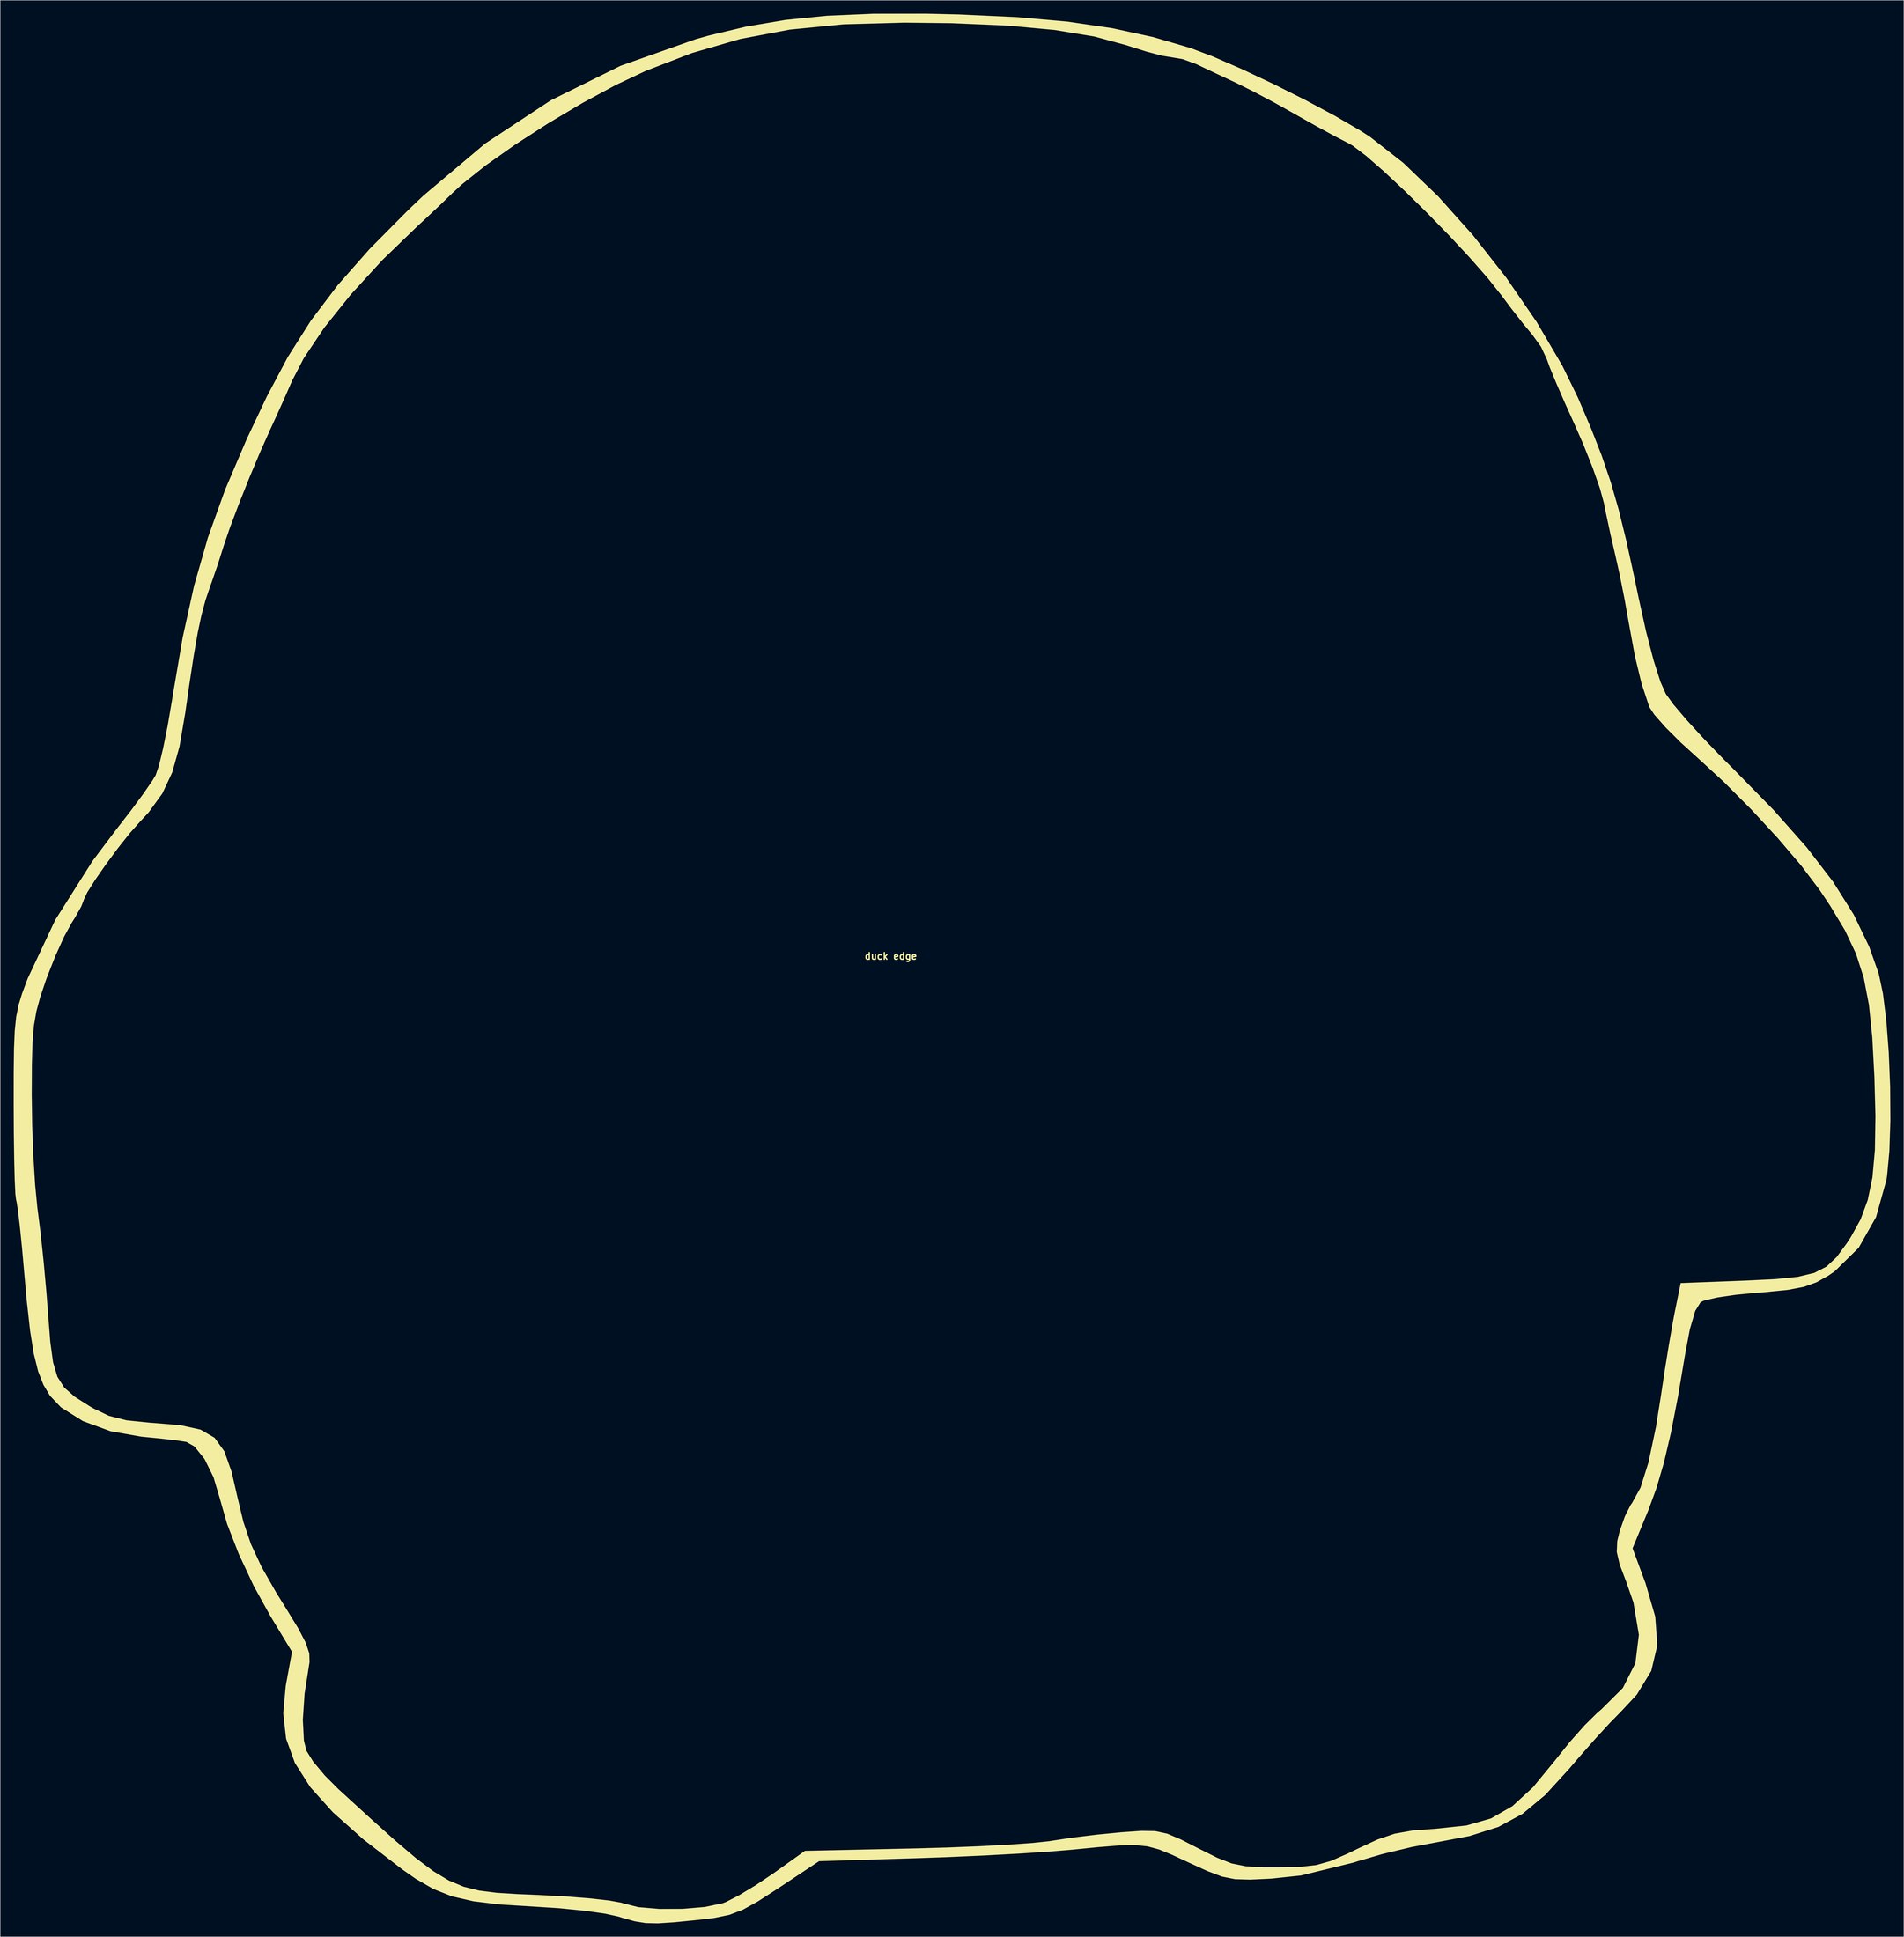
<source format=kicad_pcb>
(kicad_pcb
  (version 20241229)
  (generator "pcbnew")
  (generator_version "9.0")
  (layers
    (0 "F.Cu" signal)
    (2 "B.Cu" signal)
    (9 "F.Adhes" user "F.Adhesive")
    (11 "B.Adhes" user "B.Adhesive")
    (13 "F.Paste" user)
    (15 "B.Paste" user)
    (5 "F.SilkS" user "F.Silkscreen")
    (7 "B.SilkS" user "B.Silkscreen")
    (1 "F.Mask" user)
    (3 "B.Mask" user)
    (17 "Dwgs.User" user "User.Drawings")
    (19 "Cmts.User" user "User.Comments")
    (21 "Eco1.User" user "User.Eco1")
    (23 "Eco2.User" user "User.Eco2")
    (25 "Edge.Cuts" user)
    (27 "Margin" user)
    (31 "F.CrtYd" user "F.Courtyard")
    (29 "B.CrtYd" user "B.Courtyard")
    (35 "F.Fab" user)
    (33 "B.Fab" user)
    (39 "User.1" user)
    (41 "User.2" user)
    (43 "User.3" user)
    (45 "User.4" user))
  (footprint "duck edge"
    (layer "F.Cu")
    (at 195.635 210.169)
    (property "Reference" "duck edge" (at 0 0 0) (layer "F.SilkS") (effects (font (size 1.5 1.5) (thickness 0.3))))
    (attr board_only exclude_from_pos_files exclude_from_bom)
    (fp_poly (pts (xy 15.171 -209.999) (xy 28.153 -209.398) (xy 39.401 -208.4) (xy 49.366 -206.939) (xy 58.498 -204.952) (xy 66.782 -202.525) (xy 71.834 -200.617) (xy 78.179 -197.857) (xy 85.218 -194.54) (xy 92.358 -190.961) (xy 99.001 -187.413) (xy 104.553 -184.192) (xy 106.831 -182.73) (xy 114.239 -176.946) (xy 122.004 -169.497) (xy 129.781 -160.813) (xy 137.229 -151.324) (xy 144.005 -141.459) (xy 149.765 -131.65) (xy 153.246 -124.513) (xy 156.15 -117.709) (xy 158.514 -111.673) (xy 160.5 -105.864) (xy 162.272 -99.742) (xy 163.994 -92.765) (xy 165.831 -84.394) (xy 166.745 -80) (xy 168.441 -72.343) (xy 170.11 -65.944) (xy 171.658 -61.127) (xy 172.832 -58.484) (xy 174.534 -56.134) (xy 177.484 -52.663) (xy 181.327 -48.465) (xy 185.705 -43.938) (xy 187.735 -41.919) (xy 196.834 -32.638) (xy 204.245 -24.276) (xy 210.152 -16.575) (xy 214.737 -9.278) (xy 218.184 -2.128) (xy 220.308 3.865) (xy 221.256 8.314) (xy 222.012 14.39) (xy 222.556 21.517) (xy 222.865 29.12) (xy 222.918 36.624) (xy 222.693 43.454) (xy 222.169 49.033) (xy 222.031 49.92) (xy 219.717 58.186) (xy 215.847 65.013) (xy 210.497 70.274) (xy 209.076 71.243) (xy 206.422 72.728) (xy 203.643 73.731) (xy 200.107 74.404) (xy 195.18 74.899) (xy 193.37 75.034) (xy 188.502 75.495) (xy 184.343 76.101) (xy 181.47 76.758) (xy 180.609 77.133) (xy 179.385 79.115) (xy 178.194 83.181) (xy 177.206 88.371) (xy 175.536 98.235) (xy 173.97 106.287) (xy 172.416 112.915) (xy 170.782 118.505) (xy 168.975 123.445) (xy 168.75 123.995) (xy 165.42 132.033) (xy 168.297 139.795) (xy 170.481 147.298) (xy 170.932 153.706) (xy 169.582 159.375) (xy 166.365 164.658) (xy 162.864 168.413) (xy 160.375 170.947) (xy 157.017 174.605) (xy 153.32 178.803) (xy 151.193 181.297) (xy 145.91 187.068) (xy 140.885 191.24) (xy 135.487 194.165) (xy 129.085 196.194) (xy 122.03 197.532) (xy 116.095 198.655) (xy 109.619 200.21) (xy 103.886 201.883) (xy 103.257 202.095) (xy 91.514 204.985) (xy 84.847 205.695) (xy 80.134 205.919) (xy 76.741 205.82) (xy 73.827 205.233) (xy 70.553 203.995) (xy 66.426 202.106) (xy 62.742 200.393) (xy 59.86 199.209) (xy 57.274 198.501) (xy 54.478 198.212) (xy 50.964 198.287) (xy 46.227 198.67) (xy 40.309 199.252) (xy 35.192 199.679) (xy 28.489 200.118) (xy 20.824 200.534) (xy 12.82 200.893) (xy 6.074 201.132) (xy -16.013 201.803) (xy -25.201 207.902) (xy -29.662 210.78) (xy -33.04 212.646) (xy -36.043 213.782) (xy -39.381 214.467) (xy -42.871 214.89) (xy -48.19 215.42) (xy -51.929 215.668) (xy -54.701 215.607) (xy -57.118 215.215) (xy -59.794 214.466) (xy -60.739 214.167) (xy -63.817 213.491) (xy -68.458 212.841) (xy -74.019 212.293) (xy -79.513 211.94) (xy -87.155 211.465) (xy -93.11 210.749) (xy -97.896 209.645) (xy -102.034 208.007) (xy -106.042 205.688) (xy -108.973 203.636) (xy -117.649 196.941) (xy -124.439 190.902) (xy -129.481 185.296) (xy -132.915 179.9) (xy -134.88 174.49) (xy -135.517 168.844) (xy -134.964 162.738) (xy -134.864 162.177) (xy -133.562 155.112) (xy -138.391 147.13) (xy -142.099 140.423) (xy -145.42 133.337) (xy -148.045 126.59) (xy -149.66 120.926) (xy -151.073 116.177) (xy -153.064 112.131) (xy -155.319 109.319) (xy -157.107 108.312) (xy -159.458 107.959) (xy -163.177 107.531) (xy -167.155 107.147) (xy -174.037 105.928) (xy -180.19 103.667) (xy -185.083 100.603) (xy -187.528 98.031) (xy -189.001 95.57) (xy -190.184 92.567) (xy -191.149 88.67) (xy -191.972 83.526) (xy -192.727 76.783) (xy -193.274 70.684) (xy -193.777 65.047) (xy -194.266 60.207) (xy -194.695 56.586) (xy -195.016 54.607) (xy -195.089 54.387) (xy -195.256 53.063) (xy -195.404 49.895) (xy -195.522 45.248) (xy -195.603 39.487) (xy -195.635 33.313) (xy -195.634 30.922) (xy -191.604 30.922) (xy -191.507 37.731) (xy -191.241 44.679) (xy -190.845 51.033) (xy -190.357 56.063) (xy -190.247 56.874) (xy -189.603 61.967) (xy -188.929 68.345) (xy -188.318 75.088) (xy -187.962 79.758) (xy -187.468 86.034) (xy -186.847 90.56) (xy -185.88 93.795) (xy -184.349 96.197) (xy -182.038 98.223) (xy -178.728 100.332) (xy -177.961 100.783) (xy -174.41 102.488) (xy -170.426 103.502) (xy -165.16 104.035) (xy -164.707 104.061) (xy -158.441 104.577) (xy -153.946 105.572) (xy -150.817 107.397) (xy -148.649 110.405) (xy -147.037 114.947) (xy -145.746 120.546) (xy -144.397 126.166) (xy -142.699 131.15) (xy -140.357 136.173) (xy -137.079 141.911) (xy -135.02 145.222) (xy -132.208 149.819) (xy -130.501 153.081) (xy -129.712 155.461) (xy -129.651 157.412) (xy -129.735 157.922) (xy -130.752 164.437) (xy -131.147 170.279) (xy -130.904 174.92) (xy -130.335 177.195) (xy -128.83 179.603) (xy -126.209 182.728) (xy -123.189 185.751) (xy -116.191 192.143) (xy -110.534 197.216) (xy -105.916 201.129) (xy -102.036 204.041) (xy -98.594 206.112) (xy -95.287 207.498) (xy -91.816 208.361) (xy -87.877 208.857) (xy -83.171 209.147) (xy -78.437 209.345) (xy -72.481 209.664) (xy -67.122 210.089) (xy -62.842 210.571) (xy -60.122 211.063) (xy -59.635 211.225) (xy -56.33 212.051) (xy -51.665 212.45) (xy -46.442 212.433) (xy -41.465 212.01) (xy -37.539 211.192) (xy -36.823 210.929) (xy -33.916 209.442) (xy -30.068 207.117) (xy -26.1 204.451) (xy -26.004 204.382) (xy -19.152 199.493) (xy 5.057 198.963) (xy 12.62 198.749) (xy 19.862 198.457) (xy 26.342 198.11) (xy 31.618 197.734) (xy 35.247 197.352) (xy 35.891 197.251) (xy 40.422 196.56) (xy 45.968 195.88) (xy 51.339 195.357) (xy 51.411 195.351) (xy 55.836 195.041) (xy 58.971 195.09) (xy 61.641 195.669) (xy 64.672 196.95) (xy 68.528 198.917) (xy 72.759 201.035) (xy 76.007 202.308) (xy 79.157 202.946) (xy 83.089 203.161) (xy 86.275 203.176) (xy 91.219 203.078) (xy 94.864 202.673) (xy 98.118 201.752) (xy 101.888 200.106) (xy 103.944 199.098) (xy 108.522 196.97) (xy 112.353 195.671) (xy 116.422 194.95) (xy 121.702 194.554) (xy 128.387 193.84) (xy 133.855 192.264) (xy 138.615 189.53) (xy 143.181 185.345) (xy 148.065 179.412) (xy 148.123 179.335) (xy 151.405 175.235) (xy 154.766 171.456) (xy 157.634 168.629) (xy 158.432 167.968) (xy 163.247 163.178) (xy 166.039 157.656) (xy 166.823 151.327) (xy 165.612 144.118) (xy 164.003 139.506) (xy 162.525 135.597) (xy 161.893 132.851) (xy 161.999 130.438) (xy 162.537 128.208) (xy 163.696 124.925) (xy 164.982 122.369) (xy 165.295 121.939) (xy 167.186 118.517) (xy 168.96 112.892) (xy 170.613 105.068) (xy 171.699 98.287) (xy 172.572 92.499) (xy 173.504 86.731) (xy 174.36 81.807) (xy 174.798 79.513) (xy 176.143 72.887) (xy 190.554 72.335) (xy 197.308 72.006) (xy 202.287 71.497) (xy 205.926 70.628) (xy 208.66 69.222) (xy 210.922 67.099) (xy 213.146 64.081) (xy 214.079 62.652) (xy 216.271 58.69) (xy 217.862 54.383) (xy 218.908 49.356) (xy 219.463 43.237) (xy 219.583 35.653) (xy 219.352 26.977) (xy 218.873 18.047) (xy 218.127 10.817) (xy 216.963 4.779) (xy 215.235 -0.573) (xy 212.792 -5.746) (xy 209.487 -11.246) (xy 207.065 -14.859) (xy 203.044 -20.177) (xy 197.807 -26.325) (xy 191.863 -32.754) (xy 185.72 -38.913) (xy 180.219 -43.962) (xy 176.191 -47.622) (xy 172.74 -51.062) (xy 170.254 -53.877) (xy 169.154 -55.558) (xy 167.433 -60.758) (xy 165.951 -66.839) (xy 164.546 -74.46) (xy 164.532 -74.543) (xy 163.605 -79.738) (xy 162.53 -85.119) (xy 161.626 -89.152) (xy 160.527 -93.893) (xy 159.462 -98.85) (xy 159.025 -101.055) (xy 158.12 -104.357) (xy 156.491 -108.975) (xy 154.386 -114.242) (xy 152.528 -118.473) (xy 150.298 -123.415) (xy 148.365 -127.862) (xy 146.951 -131.292) (xy 146.307 -133.074) (xy 144.993 -135.892) (xy 143.047 -138.596) (xy 141.08 -140.953) (xy 138.45 -144.319) (xy 136.118 -147.43) (xy 133.102 -151.22) (xy 129.112 -155.767) (xy 124.474 -160.745) (xy 119.517 -165.829) (xy 114.567 -170.693) (xy 109.951 -175.012) (xy 105.998 -178.459) (xy 103.033 -180.71) (xy 102.152 -181.225) (xy 98.988 -182.86) (xy 94.782 -185.146) (xy 90.395 -187.614) (xy 90.004 -187.839) (xy 85.423 -190.396) (xy 80.719 -192.889) (xy 76.882 -194.795) (xy 76.752 -194.856) (xy 72.966 -196.624) (xy 69.488 -198.267) (xy 68.104 -198.929) (xy 65.095 -200.029) (xy 62.665 -200.439) (xy 60.513 -200.789) (xy 57.013 -201.711) (xy 52.892 -203.013) (xy 52.54 -203.133) (xy 45.424 -205.068) (xy 36.626 -206.524) (xy 26.015 -207.515) (xy 13.463 -208.054) (xy 2.986 -208.17) (xy -10.525 -207.801) (xy -22.528 -206.621) (xy -33.609 -204.52) (xy -44.354 -201.391) (xy -54.665 -197.415) (xy -61.343 -194.267) (xy -68.744 -190.274) (xy -76.372 -185.749) (xy -83.732 -181.006) (xy -90.326 -176.358) (xy -95.661 -172.118) (xy -97.823 -170.129) (xy -100.775 -167.275) (xy -104.229 -164.034) (xy -105.553 -162.819) (xy -113.377 -155.26) (xy -120.398 -147.602) (xy -126.342 -140.183) (xy -130.934 -133.344) (xy -133.513 -128.369) (xy -135.293 -124.314) (xy -137.391 -119.671) (xy -138.429 -117.422) (xy -140.662 -112.424) (xy -143.084 -106.66) (xy -145.424 -100.803) (xy -147.418 -95.525) (xy -148.795 -91.498) (xy -148.913 -91.109) (xy -150.037 -87.575) (xy -151.45 -83.465) (xy -151.881 -82.274) (xy -152.868 -79.336) (xy -153.744 -76.087) (xy -154.585 -72.133) (xy -155.467 -67.078) (xy -156.469 -60.53) (xy -157.377 -54.172) (xy -158.654 -46.747) (xy -160.277 -40.967) (xy -162.483 -36.272) (xy -165.507 -32.102) (xy -167.616 -29.817) (xy -169.779 -27.376) (xy -172.378 -24.096) (xy -175.056 -20.479) (xy -177.458 -17.022) (xy -179.224 -14.225) (xy -179.999 -12.586) (xy -180.009 -12.493) (xy -180.568 -11.063) (xy -181.976 -8.576) (xy -182.702 -7.431) (xy -184.367 -4.386) (xy -186.322 -0.076) (xy -188.191 4.659) (xy -188.5 5.522) (xy -189.72 9.155) (xy -190.572 12.293) (xy -191.121 15.472) (xy -191.432 19.228) (xy -191.571 24.097) (xy -191.604 30.618) (xy -191.604 30.922) (xy -195.634 30.922) (xy -195.631 26.111) (xy -195.568 20.692) (xy -195.397 16.632) (xy -195.072 13.504) (xy -194.545 10.884) (xy -193.769 8.347) (xy -192.697 5.468) (xy -192.47 4.884) (xy -186.346 -8.114) (xy -178.034 -21.252) (xy -172.801 -28.198) (xy -169.589 -32.34) (xy -166.768 -36.155) (xy -164.715 -39.125) (xy -163.962 -40.373) (xy -163.218 -42.57) (xy -162.288 -46.441) (xy -161.282 -51.471) (xy -160.311 -57.146) (xy -160.158 -58.131) (xy -157.945 -71.072) (xy -155.4 -82.591) (xy -152.313 -93.355) (xy -148.474 -104.032) (xy -143.674 -115.288) (xy -139.18 -124.791) (xy -134.509 -133.594) (xy -129.341 -141.744) (xy -123.353 -149.652) (xy -116.225 -157.73) (xy -107.635 -166.392) (xy -104.274 -169.591) (xy -90.47 -181.217) (xy -75.878 -190.829) (xy -60.286 -198.547) (xy -43.484 -204.489) (xy -40.625 -205.294) (xy -32.2 -207.309) (xy -23.56 -208.768) (xy -14.274 -209.706) (xy -3.911 -210.161) (xy 7.96 -210.169)) (stroke (width 0) (type solid)) (fill yes) (layer "F.SilkS")))
  (gr_rect
    (start -3 -3)
    (end 421.553 428.836)
    (stroke (width 0.1) (type default))
    (fill no)
    (layer "Edge.Cuts")))
</source>
